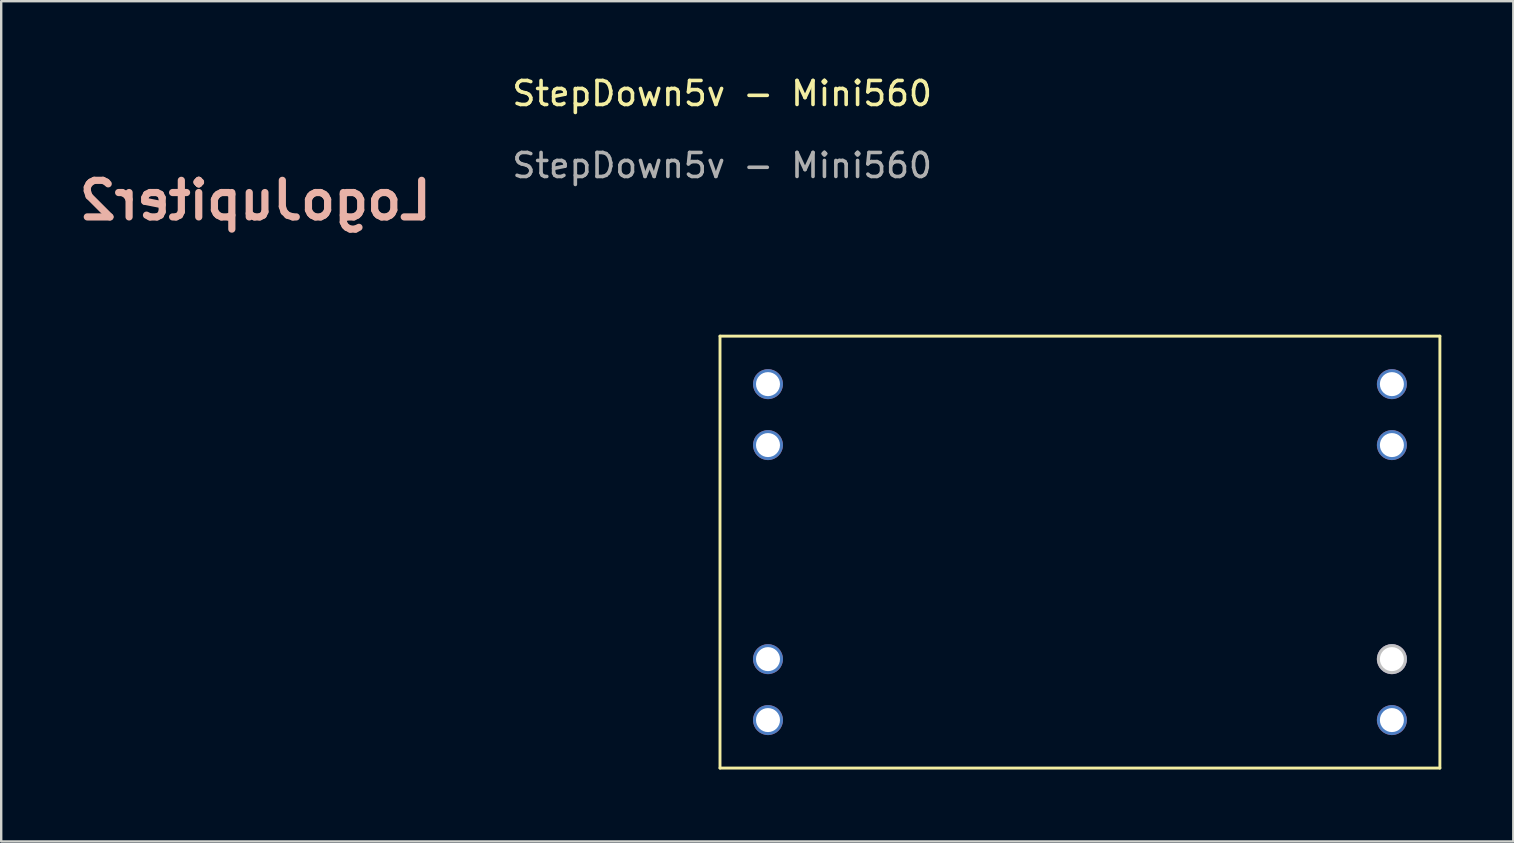
<source format=kicad_pcb>
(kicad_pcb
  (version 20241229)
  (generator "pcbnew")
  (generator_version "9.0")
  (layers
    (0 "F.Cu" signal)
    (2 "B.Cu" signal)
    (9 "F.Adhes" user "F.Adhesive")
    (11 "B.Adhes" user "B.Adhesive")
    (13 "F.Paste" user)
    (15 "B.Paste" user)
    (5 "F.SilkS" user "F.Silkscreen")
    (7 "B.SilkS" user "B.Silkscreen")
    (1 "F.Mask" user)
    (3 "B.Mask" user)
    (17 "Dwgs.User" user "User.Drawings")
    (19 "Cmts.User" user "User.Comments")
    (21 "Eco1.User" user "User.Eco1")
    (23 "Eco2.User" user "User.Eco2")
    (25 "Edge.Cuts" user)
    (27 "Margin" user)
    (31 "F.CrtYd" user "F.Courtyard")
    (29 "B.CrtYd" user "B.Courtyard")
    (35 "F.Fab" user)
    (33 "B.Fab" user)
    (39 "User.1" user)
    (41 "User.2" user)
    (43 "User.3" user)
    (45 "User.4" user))
  (footprint "LogoJupiter2"
    (layer "F.Cu")
    (at 7.591 5.3)
    (property "Reference" "LogoJupiter2" (at 0 0 180) (layer "B.SilkS") (effects (font (size 1.524 1.524) (thickness 0.3)) (justify mirror)))
    (attr through_hole)
    (fp_poly (pts (xy -0.546 -3.036) (xy -0.555 -3.027) (xy -0.564 -3.036) (xy -0.555 -3.045) (xy -0.546 -3.036)) (stroke (width 0.01) (type solid)) (fill no) (layer "Eco2.User"))
    (fp_poly (pts (xy -1.27 1.27) (xy -1.172 1.285) (xy -1.092 1.309) (xy -1.036 1.342) (xy -1.018 1.364) (xy -1.001 1.428) (xy -1.017 1.491) (xy -1.062 1.551) (xy -1.132 1.605) (xy -1.225 1.652) (xy -1.335 1.689) (xy -1.46 1.714) (xy -1.596 1.726) (xy -1.634 1.726) (xy -1.735 1.721) (xy -1.814 1.71) (xy -1.852 1.698) (xy -1.929 1.653) (xy -1.972 1.601) (xy -1.979 1.542) (xy -1.951 1.478) (xy -1.941 1.465) (xy -1.893 1.422) (xy -1.82 1.377) (xy -1.731 1.335) (xy -1.637 1.301) (xy -1.598 1.291) (xy -1.49 1.272) (xy -1.378 1.265) (xy -1.27 1.27)) (stroke (width 0.01) (type solid)) (fill no) (layer "Eco2.User"))
    (fp_poly (pts (xy 0.506 -2.559) (xy 0.603 -2.548) (xy 0.722 -2.527) (xy 0.853 -2.5) (xy 0.982 -2.467) (xy 1.032 -2.453) (xy 1.099 -2.43) (xy 1.18 -2.399) (xy 1.269 -2.362) (xy 1.361 -2.321) (xy 1.449 -2.279) (xy 1.529 -2.24) (xy 1.593 -2.205) (xy 1.638 -2.178) (xy 1.657 -2.16) (xy 1.656 -2.157) (xy 1.63 -2.148) (xy 1.574 -2.139) (xy 1.492 -2.128) (xy 1.39 -2.117) (xy 1.273 -2.106) (xy 1.146 -2.095) (xy 1.016 -2.085) (xy 0.887 -2.077) (xy 0.764 -2.071) (xy 0.654 -2.067) (xy 0.57 -2.065) (xy 0.406 -2.065) (xy 0.415 -2.315) (xy 0.424 -2.564) (xy 0.506 -2.559)) (stroke (width 0.01) (type solid)) (fill no) (layer "Eco2.User"))
    (fp_poly (pts (xy -0.054 -2.563) (xy -0.054 -2.563) (xy -0.048 -2.542) (xy -0.043 -2.492) (xy -0.04 -2.419) (xy -0.038 -2.332) (xy -0.038 -2.309) (xy -0.038 -2.065) (xy -0.115 -2.068) (xy -0.165 -2.07) (xy -0.24 -2.075) (xy -0.329 -2.08) (xy -0.401 -2.085) (xy -0.51 -2.094) (xy -0.634 -2.105) (xy -0.765 -2.119) (xy -0.893 -2.133) (xy -1.011 -2.147) (xy -1.11 -2.16) (xy -1.181 -2.171) (xy -1.181 -2.171) (xy -1.263 -2.186) (xy -1.095 -2.271) (xy -0.926 -2.351) (xy -0.766 -2.415) (xy -0.6 -2.469) (xy -0.554 -2.482) (xy -0.477 -2.501) (xy -0.389 -2.52) (xy -0.297 -2.537) (xy -0.211 -2.551) (xy -0.136 -2.561) (xy -0.081 -2.565) (xy -0.054 -2.563)) (stroke (width 0.01) (type solid)) (fill no) (layer "Eco2.User"))
    (fp_poly (pts (xy 3.018 0.056) (xy 3.027 0.088) (xy 3.034 0.149) (xy 3.034 0.151) (xy 3.039 0.291) (xy 3.031 0.453) (xy 3.01 0.631) (xy 2.979 0.814) (xy 2.94 0.994) (xy 2.893 1.163) (xy 2.841 1.311) (xy 2.799 1.405) (xy 2.785 1.43) (xy 2.77 1.444) (xy 2.747 1.449) (xy 2.709 1.444) (xy 2.649 1.429) (xy 2.574 1.408) (xy 2.407 1.364) (xy 2.212 1.319) (xy 1.998 1.276) (xy 1.774 1.235) (xy 1.547 1.197) (xy 1.327 1.166) (xy 1.241 1.155) (xy 1.14 1.142) (xy 1.068 1.131) (xy 1.018 1.115) (xy 0.983 1.093) (xy 0.956 1.059) (xy 0.931 1.009) (xy 0.91 0.965) (xy 0.887 0.91) (xy 0.859 0.838) (xy 0.829 0.757) (xy 0.799 0.672) (xy 0.772 0.591) (xy 0.75 0.522) (xy 0.736 0.471) (xy 0.731 0.445) (xy 0.731 0.443) (xy 0.751 0.439) (xy 0.801 0.433) (xy 0.874 0.425) (xy 0.966 0.416) (xy 1.044 0.409) (xy 1.631 0.341) (xy 2.217 0.238) (xy 2.796 0.1) (xy 2.984 0.048) (xy 3.006 0.045) (xy 3.018 0.056)) (stroke (width 0.01) (type solid)) (fill no) (layer "Eco2.User"))
    (fp_poly (pts (xy -1.957 -1.553) (xy -1.904 -1.544) (xy -1.833 -1.53) (xy -1.793 -1.521) (xy -1.4 -1.448) (xy -0.976 -1.389) (xy -0.522 -1.345) (xy -0.356 -1.333) (xy -0.029 -1.312) (xy -0.035 -1.194) (xy -0.041 -1.097) (xy -0.052 -0.98) (xy -0.067 -0.853) (xy -0.084 -0.722) (xy -0.102 -0.596) (xy -0.12 -0.48) (xy -0.138 -0.384) (xy -0.154 -0.315) (xy -0.158 -0.301) (xy -0.167 -0.285) (xy -0.189 -0.276) (xy -0.23 -0.272) (xy -0.298 -0.271) (xy -0.325 -0.272) (xy -0.418 -0.274) (xy -0.528 -0.28) (xy -0.635 -0.287) (xy -0.664 -0.289) (xy -1.073 -0.333) (xy -1.498 -0.397) (xy -1.925 -0.48) (xy -2.197 -0.543) (xy -2.326 -0.576) (xy -2.42 -0.603) (xy -2.479 -0.624) (xy -2.505 -0.64) (xy -2.506 -0.643) (xy -2.498 -0.678) (xy -2.477 -0.737) (xy -2.447 -0.813) (xy -2.411 -0.898) (xy -2.371 -0.984) (xy -2.332 -1.062) (xy -2.319 -1.085) (xy -2.268 -1.176) (xy -2.211 -1.268) (xy -2.153 -1.355) (xy -2.097 -1.433) (xy -2.048 -1.496) (xy -2.009 -1.539) (xy -1.985 -1.556) (xy -1.984 -1.556) (xy -1.957 -1.553)) (stroke (width 0.01) (type solid)) (fill no) (layer "Eco2.User"))
    (fp_poly (pts (xy -2.57 0.082) (xy -2.494 0.103) (xy -2.397 0.128) (xy -2.285 0.156) (xy -2.167 0.184) (xy -2.047 0.212) (xy -1.935 0.236) (xy -1.843 0.255) (xy -1.58 0.303) (xy -1.315 0.344) (xy -1.039 0.38) (xy -0.743 0.41) (xy -0.496 0.431) (xy -0.428 0.437) (xy -0.376 0.442) (xy -0.349 0.446) (xy -0.347 0.447) (xy -0.354 0.47) (xy -0.372 0.518) (xy -0.399 0.584) (xy -0.432 0.661) (xy -0.466 0.74) (xy -0.5 0.814) (xy -0.528 0.875) (xy -0.538 0.895) (xy -0.579 0.977) (xy -0.61 1.031) (xy -0.64 1.062) (xy -0.676 1.074) (xy -0.727 1.071) (xy -0.8 1.058) (xy -0.832 1.051) (xy -1.031 1.02) (xy -1.234 1.003) (xy -1.431 1) (xy -1.616 1.011) (xy -1.779 1.035) (xy -1.86 1.056) (xy -1.954 1.09) (xy -2.066 1.14) (xy -2.183 1.199) (xy -2.295 1.262) (xy -2.373 1.312) (xy -2.449 1.364) (xy -2.512 1.169) (xy -2.563 1) (xy -2.601 0.844) (xy -2.628 0.686) (xy -2.649 0.509) (xy -2.652 0.484) (xy -2.661 0.353) (xy -2.663 0.243) (xy -2.659 0.156) (xy -2.648 0.097) (xy -2.631 0.068) (xy -2.617 0.067) (xy -2.57 0.082)) (stroke (width 0.01) (type solid)) (fill no) (layer "Eco2.User"))
    (fp_poly (pts (xy 2.388 -1.522) (xy 2.429 -1.485) (xy 2.48 -1.424) (xy 2.537 -1.343) (xy 2.599 -1.249) (xy 2.661 -1.144) (xy 2.721 -1.033) (xy 2.776 -0.922) (xy 2.823 -0.814) (xy 2.823 -0.814) (xy 2.858 -0.723) (xy 2.878 -0.662) (xy 2.884 -0.625) (xy 2.878 -0.612) (xy 2.848 -0.601) (xy 2.79 -0.585) (xy 2.708 -0.564) (xy 2.609 -0.539) (xy 2.5 -0.513) (xy 2.386 -0.487) (xy 2.274 -0.462) (xy 2.169 -0.44) (xy 2.094 -0.425) (xy 1.905 -0.392) (xy 1.694 -0.36) (xy 1.469 -0.331) (xy 1.242 -0.306) (xy 1.022 -0.285) (xy 0.82 -0.271) (xy 0.69 -0.264) (xy 0.618 -0.264) (xy 0.573 -0.268) (xy 0.549 -0.279) (xy 0.541 -0.289) (xy 0.528 -0.328) (xy 0.512 -0.398) (xy 0.495 -0.491) (xy 0.478 -0.601) (xy 0.46 -0.723) (xy 0.444 -0.85) (xy 0.43 -0.975) (xy 0.419 -1.093) (xy 0.412 -1.198) (xy 0.412 -1.203) (xy 0.406 -1.312) (xy 0.533 -1.316) (xy 0.702 -1.324) (xy 0.892 -1.336) (xy 1.091 -1.351) (xy 1.286 -1.368) (xy 1.465 -1.386) (xy 1.549 -1.396) (xy 1.654 -1.41) (xy 1.772 -1.427) (xy 1.895 -1.446) (xy 2.017 -1.466) (xy 2.13 -1.486) (xy 2.229 -1.503) (xy 2.307 -1.519) (xy 2.356 -1.53) (xy 2.36 -1.531) (xy 2.388 -1.522)) (stroke (width 0.01) (type solid)) (fill no) (layer "Eco2.User"))
    (fp_poly (pts (xy 0.18 -5.279) (xy 0.207 -5.236) (xy 0.24 -5.172) (xy 0.277 -5.094) (xy 0.313 -5.008) (xy 0.346 -4.922) (xy 0.36 -4.881) (xy 0.402 -4.748) (xy 0.432 -4.626) (xy 0.452 -4.506) (xy 0.463 -4.379) (xy 0.467 -4.234) (xy 0.464 -4.063) (xy 0.464 -4.061) (xy 0.459 -3.923) (xy 0.451 -3.797) (xy 0.441 -3.692) (xy 0.429 -3.615) (xy 0.426 -3.6) (xy 0.398 -3.475) (xy 0.487 -3.364) (xy 0.578 -3.259) (xy 0.678 -3.157) (xy 0.777 -3.072) (xy 0.805 -3.05) (xy 0.86 -3.01) (xy 0.61 -3.009) (xy 0.509 -3.008) (xy 0.438 -3.006) (xy 0.393 -3.002) (xy 0.37 -2.995) (xy 0.361 -2.985) (xy 0.361 -2.982) (xy 0.36 -2.957) (xy 0.357 -2.902) (xy 0.353 -2.819) (xy 0.347 -2.716) (xy 0.34 -2.595) (xy 0.333 -2.462) (xy 0.332 -2.442) (xy 0.312 -1.964) (xy 0.31 -1.511) (xy 0.324 -1.078) (xy 0.357 -0.658) (xy 0.408 -0.245) (xy 0.478 0.167) (xy 0.499 0.272) (xy 0.569 0.584) (xy 0.648 0.861) (xy 0.736 1.106) (xy 0.834 1.318) (xy 0.943 1.5) (xy 1.062 1.653) (xy 1.193 1.778) (xy 1.337 1.876) (xy 1.369 1.893) (xy 1.515 1.96) (xy 1.663 2.011) (xy 1.823 2.049) (xy 2.003 2.074) (xy 2.162 2.086) (xy 2.375 2.099) (xy 2.225 2.251) (xy 1.983 2.472) (xy 1.726 2.661) (xy 1.452 2.817) (xy 1.161 2.941) (xy 0.854 3.033) (xy 0.624 3.079) (xy 0.548 3.088) (xy 0.445 3.095) (xy 0.326 3.1) (xy 0.2 3.103) (xy 0.077 3.103) (xy -0.034 3.101) (xy -0.124 3.096) (xy -0.156 3.093) (xy -0.456 3.038) (xy -0.749 2.952) (xy -1.026 2.839) (xy -1.076 2.814) (xy -1.228 2.735) (xy -1.36 2.657) (xy -1.48 2.575) (xy -1.598 2.481) (xy -1.722 2.37) (xy -1.832 2.265) (xy -2.001 2.099) (xy -1.904 2.094) (xy -1.786 2.086) (xy -1.658 2.074) (xy -1.533 2.059) (xy -1.421 2.043) (xy -1.333 2.026) (xy -1.326 2.024) (xy -1.256 2.003) (xy -1.169 1.971) (xy -1.078 1.933) (xy -1.04 1.915) (xy -0.897 1.833) (xy -0.766 1.731) (xy -0.647 1.607) (xy -0.538 1.458) (xy -0.44 1.284) (xy -0.35 1.082) (xy -0.268 0.851) (xy -0.193 0.59) (xy -0.125 0.296) (xy -0.063 -0.032) (xy -0.049 -0.115) (xy 0.01 -0.547) (xy 0.048 -1.009) (xy 0.065 -1.5) (xy 0.061 -2.021) (xy 0.036 -2.571) (xy 0.028 -2.691) (xy 0.007 -3) (xy -0.253 -3.005) (xy -0.514 -3.01) (xy -0.444 -3.061) (xy -0.386 -3.108) (xy -0.316 -3.173) (xy -0.242 -3.247) (xy -0.174 -3.32) (xy -0.12 -3.384) (xy -0.103 -3.408) (xy -0.08 -3.444) (xy -0.069 -3.473) (xy -0.07 -3.51) (xy -0.08 -3.565) (xy -0.085 -3.589) (xy -0.097 -3.662) (xy -0.109 -3.755) (xy -0.115 -3.821) (xy 0.207 -3.821) (xy 0.21 -3.809) (xy 0.219 -3.811) (xy 0.235 -3.83) (xy 0.258 -3.876) (xy 0.284 -3.939) (xy 0.292 -3.963) (xy 0.346 -4.172) (xy 0.369 -4.389) (xy 0.362 -4.617) (xy 0.323 -4.858) (xy 0.277 -5.036) (xy 0.258 -5.097) (xy 0.247 -5.124) (xy 0.243 -5.12) (xy 0.247 -5.087) (xy 0.26 -5.027) (xy 0.27 -4.986) (xy 0.309 -4.791) (xy 0.331 -4.594) (xy 0.335 -4.4) (xy 0.322 -4.216) (xy 0.291 -4.048) (xy 0.245 -3.904) (xy 0.223 -3.857) (xy 0.207 -3.821) (xy -0.115 -3.821) (xy -0.118 -3.852) (xy -0.121 -3.889) (xy -0.126 -3.973) (xy -0.131 -4.051) (xy -0.135 -4.11) (xy -0.137 -4.131) (xy -0.139 -4.219) (xy -0.132 -4.332) (xy -0.117 -4.461) (xy -0.095 -4.595) (xy -0.068 -4.724) (xy -0.038 -4.84) (xy -0.017 -4.905) (xy 0.012 -4.98) (xy 0.046 -5.06) (xy 0.08 -5.138) (xy 0.113 -5.207) (xy 0.14 -5.26) (xy 0.158 -5.29) (xy 0.163 -5.295) (xy 0.18 -5.279)) (stroke (width 0.01) (type solid)) (fill no) (layer "Eco2.User")))
  (footprint "StepDown5v - Mini560"
    (layer "F.Cu")
    (at 26.955 10.958)
    (property "Reference" "StepDown5v - Mini560" (at 0.09 -10.11 0) (unlocked yes) (layer "F.SilkS") (effects (font (size 1 1) (thickness 0.15))))
    (attr smd)
    (fp_line (start 0 0) (end 30 0) (stroke (width 0.12) (type solid)) (layer "F.SilkS"))
    (fp_line (start 0 18) (end 0 0) (stroke (width 0.12) (type solid)) (layer "F.SilkS"))
    (fp_line (start 30 0) (end 30 18) (stroke (width 0.12) (type solid)) (layer "F.SilkS"))
    (fp_line (start 30 18) (end 0 18) (stroke (width 0.12) (type solid)) (layer "F.SilkS"))
    (fp_text user "${REFERENCE}" (at 0.09 -7.11 0) (unlocked yes) (layer "F.Fab") (effects (font (size 1 1) (thickness 0.15))))
    (pad "1" thru_hole circle (at 2 2) (size 1.25 1.25) (drill 1) (layers "*.Cu" "*.Mask"))
    (pad "2" thru_hole circle (at 2 4.54) (size 1.25 1.25) (drill 1) (layers "*.Cu" "*.Mask"))
    (pad "3" thru_hole circle (at 2 13.46) (size 1.25 1.25) (drill 1) (layers "*.Cu" "*.Mask"))
    (pad "4" thru_hole circle (at 2 16) (size 1.25 1.25) (drill 1) (layers "*.Cu" "*.Mask"))
    (pad "5" thru_hole circle (at 28 2) (size 1.25 1.25) (drill 1) (layers "*.Cu" "*.Mask"))
    (pad "6" thru_hole circle (at 28 4.54) (size 1.25 1.25) (drill 1) (layers "*.Cu" "*.Mask"))
    (pad "7" thru_hole circle (at 28 13.46) (size 1.25 1.25) (drill 1) (layers "*.Cu" "*.Mask" "Dwgs.User"))
    (pad "8" thru_hole circle (at 28 16) (size 1.25 1.25) (drill 1) (layers "*.Cu" "*.Mask")))
  (gr_rect
    (start -3 -3)
    (end 60.015 32.018)
    (stroke (width 0.1) (type default))
    (fill no)
    (layer "Edge.Cuts")))
</source>
